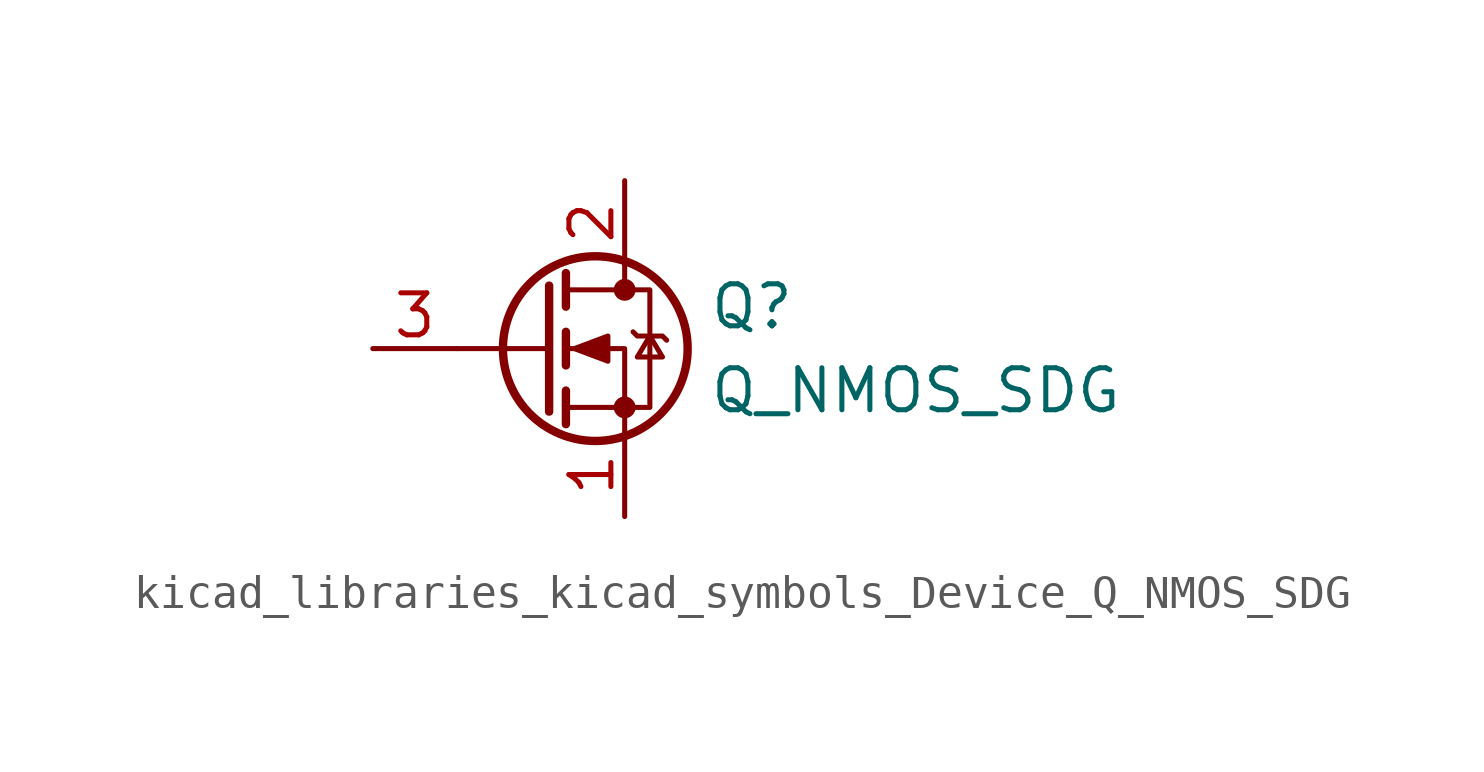
<source format=kicad_sym>
(kicad_symbol_lib
  (version 20220914)
  (generator kicad_symbol_editor)
  (symbol "kicad_libraries_kicad_symbols_Device_Q_NMOS_SDG"
    (pin_names
      (offset 0) hide)
    (property "Reference" "Q"
      (at 5.08 1.27 0)
      (effects (font (size 1.27 1.27)) (justify left)))
    (property "Value" "Q_NMOS_SDG"
      (at 5.08 -1.27 0)
      (effects (font (size 1.27 1.27)) (justify left)))
    (symbol "kicad_libraries_kicad_symbols_Device_Q_NMOS_SDG_0_1"
      (polyline (pts (xy 0.254 0) (xy -2.54 0)) (stroke (width 0) (type default)) (fill (type none)))
      (polyline (pts (xy 0.254 1.905) (xy 0.254 -1.905)) (stroke (width 0.254) (type default)) (fill (type none)))
      (polyline (pts (xy 0.762 -1.27) (xy 0.762 -2.286)) (stroke (width 0.254) (type default)) (fill (type none)))
      (polyline (pts (xy 0.762 0.508) (xy 0.762 -0.508)) (stroke (width 0.254) (type default)) (fill (type none)))
      (polyline (pts (xy 0.762 2.286) (xy 0.762 1.27)) (stroke (width 0.254) (type default)) (fill (type none)))
      (polyline (pts (xy 2.54 2.54) (xy 2.54 1.778)) (stroke (width 0) (type default)) (fill (type none)))
      (polyline (pts (xy 2.54 -2.54) (xy 2.54 0) (xy 0.762 0)) (stroke (width 0) (type default)) (fill (type none)))
      (polyline (pts (xy 0.762 -1.778) (xy 3.302 -1.778) (xy 3.302 1.778) (xy 0.762 1.778)) (stroke (width 0) (type default)) (fill (type none)))
      (polyline (pts (xy 1.016 0) (xy 2.032 0.381) (xy 2.032 -0.381) (xy 1.016 0)) (stroke (width 0) (type default)) (fill (type outline)))
      (polyline (pts (xy 2.794 0.508) (xy 2.921 0.381) (xy 3.683 0.381) (xy 3.81 0.254)) (stroke (width 0) (type default)) (fill (type none)))
      (polyline (pts (xy 3.302 0.381) (xy 2.921 -0.254) (xy 3.683 -0.254) (xy 3.302 0.381)) (stroke (width 0) (type default)) (fill (type none)))
      (circle (center 1.651 0) (radius 2.794) (stroke (width 0.254) (type default)) (fill (type none)))
      (circle (center 2.54 -1.778) (radius 0.254) (stroke (width 0) (type default)) (fill (type outline)))
      (circle (center 2.54 1.778) (radius 0.254) (stroke (width 0) (type default)) (fill (type outline))))
    (symbol "kicad_libraries_kicad_symbols_Device_Q_NMOS_SDG_1_1"
      (pin passive line (at 2.54 -5.08 90) (length 2.54) (name "S" (effects (font (size 1.27 1.27)))) (number "1" (effects (font (size 1.27 1.27)))))
      (pin passive line (at 2.54 5.08 270) (length 2.54) (name "D" (effects (font (size 1.27 1.27)))) (number "2" (effects (font (size 1.27 1.27)))))
      (pin input line (at -5.08 0 0) (length 2.54) (name "G" (effects (font (size 1.27 1.27)))) (number "3" (effects (font (size 1.27 1.27))))))))
</source>
